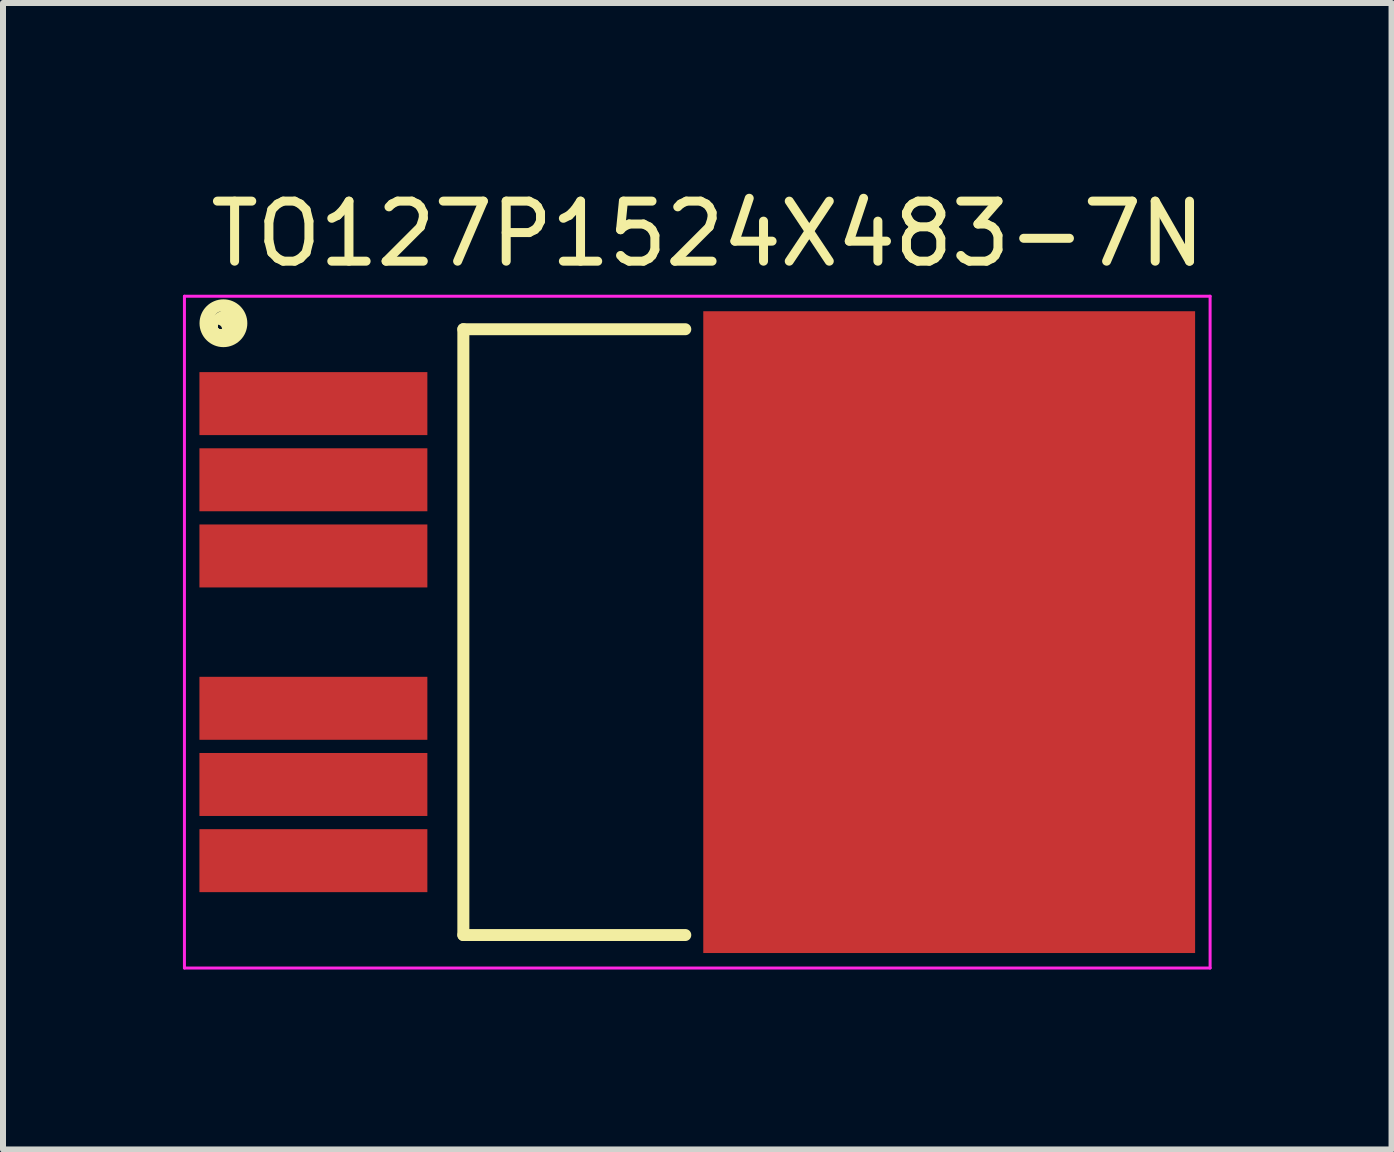
<source format=kicad_pcb>
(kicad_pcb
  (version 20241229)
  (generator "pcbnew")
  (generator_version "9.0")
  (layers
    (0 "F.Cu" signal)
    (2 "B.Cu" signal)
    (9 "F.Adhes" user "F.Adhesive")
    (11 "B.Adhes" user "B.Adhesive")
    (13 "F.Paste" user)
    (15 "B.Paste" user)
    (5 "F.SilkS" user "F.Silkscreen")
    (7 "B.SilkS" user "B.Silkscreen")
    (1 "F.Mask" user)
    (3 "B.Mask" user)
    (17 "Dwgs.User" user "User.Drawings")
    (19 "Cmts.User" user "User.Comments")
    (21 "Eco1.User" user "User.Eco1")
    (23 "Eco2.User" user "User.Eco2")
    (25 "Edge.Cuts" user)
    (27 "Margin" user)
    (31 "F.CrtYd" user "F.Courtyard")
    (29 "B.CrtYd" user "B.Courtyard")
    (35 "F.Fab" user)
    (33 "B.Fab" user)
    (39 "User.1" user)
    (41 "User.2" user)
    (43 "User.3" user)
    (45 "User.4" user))
  (footprint "TO127P1524X483-7N"
    (layer "F.Cu")
    (at 8.575 7.489)
    (property "Reference" "TO127P1524X483-7N" (at 0.175 -6.64 0) (layer "F.SilkS") (effects (font (size 1.001 1.001) (thickness 0.15))))
    (attr smd)
    (fp_line (start -3.9 -5.05) (end -3.9 5.05) (stroke (width 0.2) (type solid)) (layer "F.SilkS"))
    (fp_line (start -3.9 5.05) (end -0.2 5.05) (stroke (width 0.2) (type solid)) (layer "F.SilkS"))
    (fp_line (start -0.2 -5.05) (end -3.9 -5.05) (stroke (width 0.2) (type solid)) (layer "F.SilkS"))
    (fp_circle (center -8 -5.05) (end -7.859 -5.05) (stroke (width 0.127) (type solid)) (fill no) (layer "F.SilkS"))
    (fp_circle (center -7.95 -5.2) (end -7.738 -5.2) (stroke (width 0.127) (type solid)) (fill no) (layer "F.SilkS"))
    (fp_circle (center -7.95 -5.1) (end -7.9 -5.1) (stroke (width 0.127) (type solid)) (fill no) (layer "F.SilkS"))
    (fp_circle (center -7.9 -5.2) (end -7.676 -5.2) (stroke (width 0.127) (type solid)) (fill no) (layer "F.SilkS"))
    (fp_circle (center -7.9 -5.15) (end -7.565 -5.15) (stroke (width 0.127) (type solid)) (fill no) (layer "F.SilkS"))
    (fp_circle (center -7.9 -5.1) (end -7.742 -5.1) (stroke (width 0.127) (type solid)) (fill no) (layer "F.SilkS"))
    (fp_circle (center -7.85 -5.1) (end -7.644 -5.1) (stroke (width 0.127) (type solid)) (fill no) (layer "F.SilkS"))
    (fp_line (start -8.55 -5.6) (end 8.55 -5.6) (stroke (width 0.05) (type solid)) (layer "F.CrtYd"))
    (fp_line (start -8.55 5.6) (end -8.55 -5.6) (stroke (width 0.05) (type solid)) (layer "F.CrtYd"))
    (fp_line (start 8.55 -5.6) (end 8.55 5.6) (stroke (width 0.05) (type solid)) (layer "F.CrtYd"))
    (fp_line (start 8.55 5.6) (end -8.55 5.6) (stroke (width 0.05) (type solid)) (layer "F.CrtYd"))
    (pad "1" smd rect (at -6.4 -3.81) (size 3.8 1.05) (layers "F.Cu" "F.Mask" "F.Paste"))
    (pad "2" smd rect (at -6.4 -2.54) (size 3.8 1.05) (layers "F.Cu" "F.Mask" "F.Paste"))
    (pad "3" smd rect (at -6.4 -1.27) (size 3.8 1.05) (layers "F.Cu" "F.Mask" "F.Paste"))
    (pad "4" smd rect (at 4.2 0) (size 8.2 10.7) (layers "F.Cu" "F.Mask" "F.Paste"))
    (pad "5" smd rect (at -6.4 1.27) (size 3.8 1.05) (layers "F.Cu" "F.Mask" "F.Paste"))
    (pad "6" smd rect (at -6.4 2.54) (size 3.8 1.05) (layers "F.Cu" "F.Mask" "F.Paste"))
    (pad "7" smd rect (at -6.4 3.81) (size 3.8 1.05) (layers "F.Cu" "F.Mask" "F.Paste")))
  (gr_rect
    (start -3 -3)
    (end 20.15 16.114)
    (stroke (width 0.1) (type default))
    (fill no)
    (layer "Edge.Cuts")))
</source>
